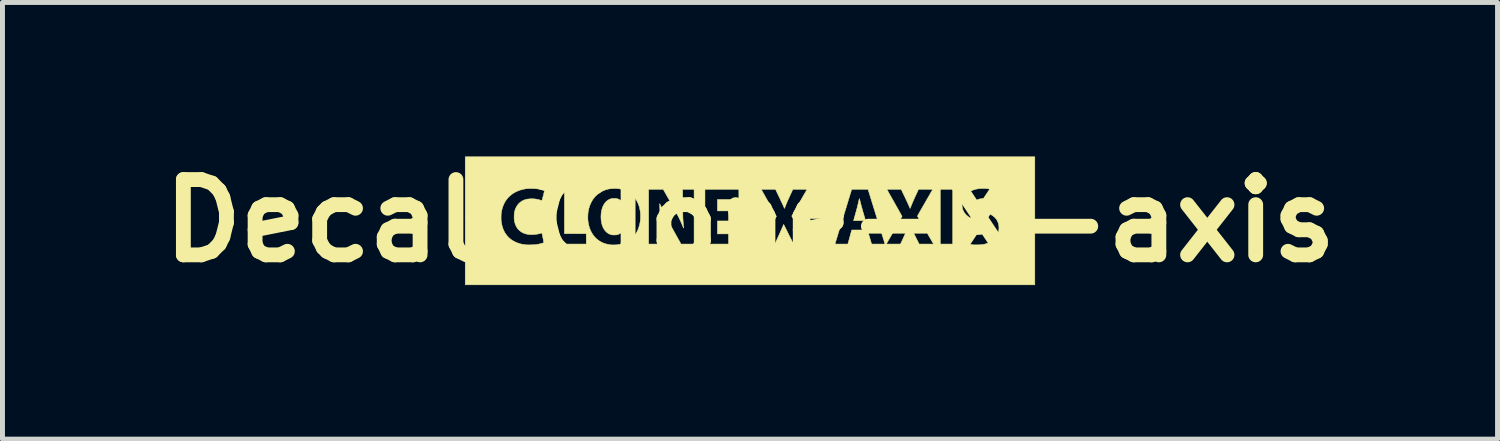
<source format=kicad_pcb>
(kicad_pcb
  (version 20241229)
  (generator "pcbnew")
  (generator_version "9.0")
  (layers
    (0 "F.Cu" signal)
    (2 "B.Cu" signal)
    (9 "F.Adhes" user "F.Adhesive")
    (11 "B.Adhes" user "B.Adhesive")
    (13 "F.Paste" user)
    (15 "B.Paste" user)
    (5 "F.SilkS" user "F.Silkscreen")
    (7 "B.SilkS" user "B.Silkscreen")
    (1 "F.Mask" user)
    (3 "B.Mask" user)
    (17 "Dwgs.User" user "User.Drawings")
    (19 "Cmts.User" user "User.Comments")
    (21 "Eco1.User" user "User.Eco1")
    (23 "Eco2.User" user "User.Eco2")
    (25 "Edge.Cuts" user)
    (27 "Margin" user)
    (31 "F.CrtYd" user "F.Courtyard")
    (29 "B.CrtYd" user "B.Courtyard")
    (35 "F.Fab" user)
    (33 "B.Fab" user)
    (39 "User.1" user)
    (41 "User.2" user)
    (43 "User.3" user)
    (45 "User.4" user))
  (footprint "Decal_Clone-X-axis"
    (layer "F.Cu")
    (at 12.127 1.418)
    (property "Reference" "Decal_Clone-X-axis" (at 0 0 0) (layer "F.SilkS") (effects (font (size 1.524 1.524) (thickness 0.3))))
    (attr through_hole)
    (fp_poly (pts (xy 2.213 -0.446) (xy 2.216 -0.439) (xy 2.219 -0.427) (xy 2.223 -0.412) (xy 2.228 -0.395) (xy 2.233 -0.375) (xy 2.233 -0.372) (xy 2.238 -0.353) (xy 2.244 -0.33) (xy 2.252 -0.304) (xy 2.26 -0.274) (xy 2.268 -0.244) (xy 2.277 -0.212) (xy 2.286 -0.18) (xy 2.295 -0.151) (xy 2.303 -0.124) (xy 2.31 -0.098) (xy 2.317 -0.075) (xy 2.323 -0.054) (xy 2.328 -0.036) (xy 2.332 -0.022) (xy 2.335 -0.012) (xy 2.337 -0.006) (xy 2.337 -0.005) (xy 2.334 -0.005) (xy 2.326 -0.004) (xy 2.313 -0.004) (xy 2.296 -0.003) (xy 2.275 -0.003) (xy 2.25 -0.003) (xy 2.222 -0.003) (xy 2.216 -0.003) (xy 2.095 -0.003) (xy 2.128 -0.122) (xy 2.138 -0.158) (xy 2.147 -0.188) (xy 2.154 -0.216) (xy 2.161 -0.24) (xy 2.167 -0.262) (xy 2.172 -0.283) (xy 2.177 -0.303) (xy 2.182 -0.324) (xy 2.187 -0.345) (xy 2.193 -0.369) (xy 2.196 -0.383) (xy 2.2 -0.401) (xy 2.204 -0.418) (xy 2.207 -0.431) (xy 2.21 -0.442) (xy 2.212 -0.448) (xy 2.212 -0.449) (xy 2.213 -0.446)) (stroke (width 0.01) (type solid)) (fill yes) (layer "F.SilkS"))
    (fp_poly (pts (xy -2.73 -0.454) (xy -2.708 -0.451) (xy -2.688 -0.448) (xy -2.683 -0.446) (xy -2.649 -0.432) (xy -2.617 -0.414) (xy -2.589 -0.391) (xy -2.564 -0.363) (xy -2.542 -0.332) (xy -2.523 -0.296) (xy -2.508 -0.256) (xy -2.495 -0.212) (xy -2.487 -0.164) (xy -2.483 -0.134) (xy -2.481 -0.091) (xy -2.483 -0.046) (xy -2.487 -0.000036) (xy -2.495 0.044) (xy -2.499 0.062) (xy -2.512 0.103) (xy -2.528 0.141) (xy -2.547 0.175) (xy -2.57 0.205) (xy -2.595 0.231) (xy -2.623 0.253) (xy -2.653 0.269) (xy -2.685 0.281) (xy -2.685 0.281) (xy -2.698 0.284) (xy -2.715 0.285) (xy -2.734 0.286) (xy -2.754 0.287) (xy -2.773 0.286) (xy -2.789 0.285) (xy -2.797 0.284) (xy -2.831 0.274) (xy -2.864 0.259) (xy -2.893 0.239) (xy -2.92 0.214) (xy -2.944 0.185) (xy -2.965 0.152) (xy -2.983 0.114) (xy -2.991 0.091) (xy -3.002 0.051) (xy -3.01 0.008) (xy -3.015 -0.038) (xy -3.016 -0.085) (xy -3.014 -0.133) (xy -3.01 -0.172) (xy -3.001 -0.218) (xy -2.989 -0.261) (xy -2.973 -0.3) (xy -2.954 -0.335) (xy -2.932 -0.366) (xy -2.908 -0.393) (xy -2.88 -0.415) (xy -2.85 -0.432) (xy -2.817 -0.445) (xy -2.797 -0.45) (xy -2.777 -0.453) (xy -2.754 -0.454) (xy -2.73 -0.454)) (stroke (width 0.01) (type solid)) (fill yes) (layer "F.SilkS"))
    (fp_poly (pts (xy 5.763 1.295) (xy -5.763 1.295) (xy -5.763 -0.078) (xy -5.038 -0.078) (xy -5.037 -0.052) (xy -5.037 -0.026) (xy -5.036 -0.003) (xy -5.034 0.017) (xy -5.033 0.022) (xy -5.023 0.079) (xy -5.009 0.133) (xy -4.99 0.183) (xy -4.967 0.23) (xy -4.939 0.273) (xy -4.907 0.313) (xy -4.871 0.35) (xy -4.83 0.382) (xy -4.815 0.393) (xy -4.775 0.416) (xy -4.732 0.437) (xy -4.685 0.455) (xy -4.636 0.469) (xy -4.586 0.479) (xy -4.56 0.482) (xy -4.548 0.484) (xy -4.536 0.485) (xy -4.528 0.486) (xy -4.525 0.487) (xy -4.517 0.487) (xy -4.505 0.487) (xy -4.488 0.488) (xy -4.469 0.487) (xy -4.448 0.487) (xy -4.426 0.486) (xy -4.404 0.486) (xy -4.383 0.485) (xy -4.364 0.484) (xy -4.348 0.483) (xy -4.335 0.482) (xy -4.331 0.481) (xy -4.307 0.478) (xy -4.283 0.473) (xy -4.26 0.468) (xy -4.238 0.463) (xy -4.218 0.458) (xy -4.201 0.453) (xy -4.187 0.448) (xy -4.178 0.444) (xy -4.177 0.442) (xy -4.175 0.441) (xy -4.175 0.439) (xy -4.175 0.434) (xy -4.175 0.428) (xy -4.177 0.419) (xy -4.179 0.407) (xy -4.182 0.39) (xy -4.186 0.37) (xy -4.191 0.344) (xy -4.191 0.344) (xy -4.195 0.321) (xy -4.199 0.301) (xy -4.203 0.283) (xy -4.206 0.268) (xy -4.209 0.256) (xy -4.21 0.249) (xy -4.211 0.247) (xy -4.214 0.247) (xy -4.221 0.249) (xy -4.231 0.252) (xy -4.235 0.253) (xy -4.273 0.263) (xy -4.315 0.271) (xy -4.357 0.276) (xy -4.4 0.279) (xy -4.44 0.279) (xy -4.478 0.276) (xy -4.489 0.275) (xy -4.534 0.266) (xy -4.575 0.252) (xy -4.613 0.235) (xy -4.647 0.212) (xy -4.677 0.186) (xy -4.704 0.156) (xy -4.726 0.122) (xy -4.745 0.083) (xy -4.759 0.041) (xy -4.769 -0.003) (xy -4.771 -0.02) (xy -4.773 -0.042) (xy -4.773 -0.066) (xy -4.773 -0.092) (xy -4.773 -0.116) (xy -4.771 -0.139) (xy -4.769 -0.157) (xy -4.769 -0.161) (xy -4.759 -0.206) (xy -4.744 -0.248) (xy -4.726 -0.286) (xy -4.704 -0.32) (xy -4.677 -0.35) (xy -4.673 -0.355) (xy -4.653 -0.372) (xy -4.635 -0.386) (xy -4.615 -0.399) (xy -4.596 -0.409) (xy -4.569 -0.421) (xy -4.543 -0.43) (xy -4.517 -0.437) (xy -4.488 -0.441) (xy -4.456 -0.444) (xy -4.436 -0.445) (xy -4.388 -0.445) (xy -4.343 -0.441) (xy -4.3 -0.434) (xy -4.258 -0.423) (xy -4.246 -0.419) (xy -4.234 -0.415) (xy -4.224 -0.411) (xy -4.217 -0.409) (xy -4.214 -0.408) (xy -4.212 -0.41) (xy -4.21 -0.415) (xy -4.207 -0.423) (xy -4.203 -0.436) (xy -4.198 -0.453) (xy -4.193 -0.475) (xy -4.185 -0.502) (xy -4.185 -0.504) (xy -4.179 -0.526) (xy -4.174 -0.547) (xy -4.169 -0.566) (xy -4.166 -0.581) (xy -4.163 -0.593) (xy -4.161 -0.601) (xy -4.161 -0.604) (xy -4.164 -0.607) (xy -4.172 -0.612) (xy -4.184 -0.617) (xy -4.2 -0.622) (xy -4.218 -0.628) (xy -4.239 -0.633) (xy -4.26 -0.638) (xy -4.008 -0.638) (xy -4.008 0.471) (xy -3.313 0.471) (xy -3.315 0.261) (xy -3.536 0.26) (xy -3.756 0.26) (xy -3.756 -0.07) (xy -3.282 -0.07) (xy -3.282 -0.038) (xy -3.28 -0.01) (xy -3.28 -0.007) (xy -3.271 0.052) (xy -3.259 0.108) (xy -3.242 0.16) (xy -3.221 0.21) (xy -3.195 0.256) (xy -3.167 0.298) (xy -3.134 0.337) (xy -3.098 0.371) (xy -3.058 0.402) (xy -3.015 0.428) (xy -2.968 0.45) (xy -2.919 0.467) (xy -2.918 0.467) (xy -2.893 0.473) (xy -2.865 0.479) (xy -2.836 0.484) (xy -2.817 0.486) (xy -2.805 0.487) (xy -2.789 0.488) (xy -2.77 0.488) (xy -2.751 0.488) (xy -2.731 0.487) (xy -2.713 0.487) (xy -2.699 0.486) (xy -2.693 0.485) (xy -2.636 0.477) (xy -2.582 0.463) (xy -2.532 0.445) (xy -2.484 0.423) (xy -2.441 0.397) (xy -2.4 0.366) (xy -2.364 0.33) (xy -2.331 0.291) (xy -2.302 0.248) (xy -2.277 0.201) (xy -2.256 0.15) (xy -2.239 0.095) (xy -2.226 0.037) (xy -2.222 0.016) (xy -2.22 -0.005) (xy -2.218 -0.03) (xy -2.217 -0.058) (xy -2.216 -0.087) (xy -2.216 -0.115) (xy -2.217 -0.142) (xy -2.219 -0.165) (xy -2.219 -0.174) (xy -2.228 -0.227) (xy -2.239 -0.278) (xy -2.255 -0.326) (xy -2.275 -0.372) (xy -2.277 -0.377) (xy -2.304 -0.424) (xy -2.333 -0.467) (xy -2.367 -0.506) (xy -2.404 -0.541) (xy -2.444 -0.571) (xy -2.488 -0.597) (xy -2.534 -0.618) (xy -2.584 -0.634) (xy -2.6 -0.638) (xy -2.052 -0.638) (xy -2.052 0.471) (xy -1.82 0.471) (xy -1.82 0.207) (xy -1.82 0.143) (xy -1.821 0.083) (xy -1.821 0.029) (xy -1.821 -0.022) (xy -1.822 -0.069) (xy -1.822 -0.113) (xy -1.823 -0.155) (xy -1.824 -0.195) (xy -1.825 -0.234) (xy -1.827 -0.272) (xy -1.828 -0.301) (xy -1.828 -0.32) (xy -1.828 -0.334) (xy -1.828 -0.342) (xy -1.827 -0.346) (xy -1.827 -0.346) (xy -1.825 -0.342) (xy -1.821 -0.335) (xy -1.816 -0.323) (xy -1.809 -0.309) (xy -1.802 -0.294) (xy -1.8 -0.289) (xy -1.786 -0.258) (xy -1.77 -0.223) (xy -1.752 -0.186) (xy -1.731 -0.145) (xy -1.708 -0.1) (xy -1.683 -0.051) (xy -1.655 0.001) (xy -1.624 0.058) (xy -1.591 0.119) (xy -1.555 0.185) (xy -1.533 0.225) (xy -1.396 0.471) (xy -1.132 0.471) (xy -1.132 -0.638) (xy -0.912 -0.638) (xy -0.912 0.471) (xy -0.203 0.471) (xy -0.203 0.469) (xy 0.215 0.469) (xy 0.218 0.47) (xy 0.225 0.47) (xy 0.238 0.47) (xy 0.254 0.471) (xy 0.274 0.471) (xy 0.297 0.471) (xy 0.322 0.471) (xy 0.349 0.471) (xy 0.358 0.471) (xy 0.501 0.471) (xy 0.506 0.461) (xy 0.514 0.444) (xy 0.524 0.424) (xy 0.534 0.401) (xy 0.546 0.376) (xy 0.558 0.349) (xy 0.571 0.321) (xy 0.584 0.292) (xy 0.597 0.263) (xy 0.61 0.234) (xy 0.622 0.207) (xy 0.634 0.181) (xy 0.644 0.156) (xy 0.654 0.135) (xy 0.662 0.117) (xy 0.668 0.102) (xy 0.672 0.092) (xy 0.673 0.088) (xy 0.676 0.08) (xy 0.679 0.075) (xy 0.681 0.074) (xy 0.683 0.077) (xy 0.686 0.084) (xy 0.692 0.095) (xy 0.699 0.109) (xy 0.708 0.126) (xy 0.717 0.144) (xy 0.722 0.154) (xy 0.732 0.174) (xy 0.744 0.198) (xy 0.757 0.225) (xy 0.771 0.254) (xy 0.786 0.284) (xy 0.801 0.314) (xy 0.815 0.342) (xy 0.821 0.352) (xy 0.881 0.471) (xy 1.172 0.471) (xy 1.17 0.468) (xy 1.72 0.468) (xy 1.721 0.469) (xy 1.723 0.469) (xy 1.727 0.47) (xy 1.733 0.47) (xy 1.742 0.471) (xy 1.754 0.471) (xy 1.77 0.471) (xy 1.79 0.471) (xy 1.815 0.471) (xy 1.845 0.471) (xy 1.849 0.471) (xy 1.98 0.47) (xy 2.019 0.328) (xy 2.058 0.186) (xy 2.375 0.186) (xy 2.418 0.328) (xy 2.46 0.47) (xy 2.596 0.471) (xy 2.628 0.471) (xy 2.655 0.471) (xy 2.677 0.471) (xy 2.695 0.471) (xy 2.709 0.47) (xy 2.719 0.47) (xy 2.725 0.47) (xy 2.727 0.469) (xy 2.758 0.469) (xy 2.761 0.47) (xy 2.768 0.47) (xy 2.781 0.47) (xy 2.797 0.471) (xy 2.817 0.471) (xy 2.839 0.471) (xy 2.865 0.471) (xy 2.892 0.471) (xy 2.901 0.471) (xy 3.044 0.471) (xy 3.049 0.461) (xy 3.057 0.444) (xy 3.066 0.424) (xy 3.077 0.401) (xy 3.089 0.376) (xy 3.101 0.349) (xy 3.114 0.321) (xy 3.127 0.292) (xy 3.14 0.263) (xy 3.153 0.234) (xy 3.165 0.207) (xy 3.176 0.181) (xy 3.187 0.156) (xy 3.196 0.135) (xy 3.204 0.117) (xy 3.21 0.102) (xy 3.215 0.092) (xy 3.216 0.088) (xy 3.219 0.08) (xy 3.222 0.075) (xy 3.224 0.074) (xy 3.225 0.077) (xy 3.229 0.084) (xy 3.235 0.095) (xy 3.242 0.109) (xy 3.251 0.126) (xy 3.26 0.144) (xy 3.265 0.154) (xy 3.275 0.174) (xy 3.286 0.198) (xy 3.3 0.225) (xy 3.314 0.254) (xy 3.329 0.284) (xy 3.344 0.314) (xy 3.358 0.342) (xy 3.363 0.352) (xy 3.423 0.471) (xy 3.715 0.471) (xy 3.708 0.459) (xy 3.685 0.421) (xy 3.663 0.382) (xy 3.64 0.343) (xy 3.617 0.304) (xy 3.595 0.264) (xy 3.572 0.226) (xy 3.55 0.188) (xy 3.529 0.151) (xy 3.508 0.116) (xy 3.489 0.082) (xy 3.471 0.051) (xy 3.454 0.021) (xy 3.439 -0.005) (xy 3.425 -0.029) (xy 3.413 -0.049) (xy 3.404 -0.066) (xy 3.396 -0.078) (xy 3.392 -0.087) (xy 3.389 -0.091) (xy 3.389 -0.091) (xy 3.389 -0.093) (xy 3.389 -0.095) (xy 3.39 -0.098) (xy 3.392 -0.103) (xy 3.395 -0.109) (xy 3.399 -0.117) (xy 3.404 -0.127) (xy 3.411 -0.139) (xy 3.42 -0.154) (xy 3.43 -0.173) (xy 3.442 -0.194) (xy 3.456 -0.219) (xy 3.473 -0.247) (xy 3.491 -0.28) (xy 3.513 -0.317) (xy 3.537 -0.358) (xy 3.542 -0.367) (xy 3.562 -0.403) (xy 3.582 -0.437) (xy 3.601 -0.47) (xy 3.619 -0.501) (xy 3.635 -0.529) (xy 3.65 -0.555) (xy 3.663 -0.578) (xy 3.675 -0.597) (xy 3.684 -0.613) (xy 3.691 -0.625) (xy 3.695 -0.633) (xy 3.697 -0.637) (xy 3.697 -0.637) (xy 3.694 -0.637) (xy 3.687 -0.637) (xy 3.674 -0.637) (xy 3.658 -0.638) (xy 3.638 -0.638) (xy 3.615 -0.638) (xy 3.589 -0.638) (xy 3.562 -0.638) (xy 3.554 -0.638) (xy 3.85 -0.638) (xy 3.85 0.471) (xy 4.101 0.471) (xy 4.101 0.422) (xy 4.276 0.422) (xy 4.279 0.424) (xy 4.286 0.427) (xy 4.294 0.431) (xy 4.328 0.444) (xy 4.365 0.456) (xy 4.405 0.467) (xy 4.448 0.475) (xy 4.497 0.483) (xy 4.524 0.487) (xy 4.534 0.487) (xy 4.548 0.487) (xy 4.565 0.487) (xy 4.585 0.487) (xy 4.607 0.487) (xy 4.628 0.486) (xy 4.649 0.485) (xy 4.668 0.484) (xy 4.685 0.483) (xy 4.697 0.482) (xy 4.7 0.481) (xy 4.753 0.471) (xy 4.801 0.457) (xy 4.845 0.439) (xy 4.885 0.417) (xy 4.92 0.392) (xy 4.952 0.364) (xy 4.976 0.336) (xy 4.988 0.318) (xy 5 0.296) (xy 5.011 0.273) (xy 5.021 0.249) (xy 5.028 0.227) (xy 5.034 0.194) (xy 5.037 0.159) (xy 5.037 0.123) (xy 5.033 0.088) (xy 5.026 0.055) (xy 5.024 0.049) (xy 5.012 0.018) (xy 4.997 -0.012) (xy 4.978 -0.04) (xy 4.955 -0.066) (xy 4.928 -0.09) (xy 4.896 -0.113) (xy 4.86 -0.135) (xy 4.819 -0.157) (xy 4.773 -0.177) (xy 4.736 -0.192) (xy 4.699 -0.206) (xy 4.667 -0.22) (xy 4.64 -0.232) (xy 4.617 -0.244) (xy 4.598 -0.256) (xy 4.582 -0.267) (xy 4.57 -0.279) (xy 4.56 -0.291) (xy 4.553 -0.302) (xy 4.549 -0.311) (xy 4.547 -0.32) (xy 4.546 -0.33) (xy 4.545 -0.34) (xy 4.546 -0.353) (xy 4.547 -0.363) (xy 4.55 -0.372) (xy 4.553 -0.379) (xy 4.565 -0.398) (xy 4.581 -0.414) (xy 4.602 -0.427) (xy 4.628 -0.437) (xy 4.657 -0.444) (xy 4.689 -0.448) (xy 4.725 -0.448) (xy 4.753 -0.446) (xy 4.79 -0.441) (xy 4.824 -0.435) (xy 4.857 -0.426) (xy 4.891 -0.415) (xy 4.907 -0.409) (xy 4.919 -0.404) (xy 4.929 -0.401) (xy 4.935 -0.399) (xy 4.937 -0.398) (xy 4.939 -0.401) (xy 4.941 -0.409) (xy 4.944 -0.421) (xy 4.949 -0.436) (xy 4.953 -0.453) (xy 4.959 -0.472) (xy 4.964 -0.492) (xy 4.97 -0.512) (xy 4.975 -0.532) (xy 4.98 -0.551) (xy 4.984 -0.567) (xy 4.988 -0.581) (xy 4.99 -0.592) (xy 4.992 -0.598) (xy 4.992 -0.6) (xy 4.988 -0.602) (xy 4.979 -0.606) (xy 4.968 -0.61) (xy 4.953 -0.615) (xy 4.938 -0.62) (xy 4.922 -0.625) (xy 4.907 -0.63) (xy 4.894 -0.633) (xy 4.892 -0.634) (xy 4.861 -0.641) (xy 4.831 -0.646) (xy 4.801 -0.65) (xy 4.769 -0.653) (xy 4.734 -0.654) (xy 4.692 -0.654) (xy 4.655 -0.653) (xy 4.62 -0.649) (xy 4.587 -0.643) (xy 4.554 -0.635) (xy 4.532 -0.629) (xy 4.49 -0.613) (xy 4.451 -0.593) (xy 4.416 -0.569) (xy 4.384 -0.543) (xy 4.357 -0.513) (xy 4.334 -0.48) (xy 4.316 -0.445) (xy 4.308 -0.425) (xy 4.297 -0.386) (xy 4.291 -0.346) (xy 4.291 -0.306) (xy 4.295 -0.268) (xy 4.303 -0.236) (xy 4.316 -0.202) (xy 4.334 -0.169) (xy 4.357 -0.139) (xy 4.384 -0.111) (xy 4.416 -0.084) (xy 4.453 -0.059) (xy 4.495 -0.036) (xy 4.542 -0.014) (xy 4.586 0.004) (xy 4.619 0.016) (xy 4.646 0.027) (xy 4.669 0.037) (xy 4.689 0.047) (xy 4.706 0.056) (xy 4.721 0.065) (xy 4.733 0.074) (xy 4.744 0.084) (xy 4.761 0.103) (xy 4.773 0.124) (xy 4.779 0.146) (xy 4.78 0.17) (xy 4.777 0.189) (xy 4.769 0.211) (xy 4.756 0.23) (xy 4.738 0.247) (xy 4.716 0.26) (xy 4.69 0.27) (xy 4.66 0.277) (xy 4.627 0.281) (xy 4.59 0.281) (xy 4.564 0.28) (xy 4.51 0.273) (xy 4.455 0.261) (xy 4.401 0.245) (xy 4.356 0.227) (xy 4.345 0.222) (xy 4.335 0.218) (xy 4.329 0.217) (xy 4.326 0.217) (xy 4.325 0.22) (xy 4.323 0.228) (xy 4.32 0.239) (xy 4.316 0.254) (xy 4.312 0.272) (xy 4.307 0.291) (xy 4.302 0.312) (xy 4.297 0.332) (xy 4.292 0.352) (xy 4.287 0.371) (xy 4.283 0.388) (xy 4.28 0.402) (xy 4.278 0.413) (xy 4.276 0.42) (xy 4.276 0.422) (xy 4.101 0.422) (xy 4.101 -0.638) (xy 3.85 -0.638) (xy 3.554 -0.638) (xy 3.41 -0.638) (xy 3.364 -0.538) (xy 3.343 -0.493) (xy 3.324 -0.451) (xy 3.306 -0.41) (xy 3.29 -0.374) (xy 3.276 -0.34) (xy 3.264 -0.311) (xy 3.255 -0.287) (xy 3.254 -0.284) (xy 3.247 -0.268) (xy 3.243 -0.257) (xy 3.239 -0.252) (xy 3.237 -0.251) (xy 3.237 -0.254) (xy 3.236 -0.258) (xy 3.232 -0.266) (xy 3.227 -0.279) (xy 3.22 -0.296) (xy 3.21 -0.316) (xy 3.2 -0.339) (xy 3.188 -0.364) (xy 3.175 -0.392) (xy 3.161 -0.422) (xy 3.147 -0.453) (xy 3.132 -0.484) (xy 3.121 -0.506) (xy 3.058 -0.638) (xy 2.768 -0.638) (xy 2.777 -0.623) (xy 2.791 -0.598) (xy 2.807 -0.57) (xy 2.823 -0.54) (xy 2.841 -0.509) (xy 2.859 -0.477) (xy 2.878 -0.444) (xy 2.897 -0.41) (xy 2.916 -0.376) (xy 2.935 -0.343) (xy 2.953 -0.31) (xy 2.971 -0.278) (xy 2.989 -0.247) (xy 3.005 -0.218) (xy 3.02 -0.191) (xy 3.034 -0.167) (xy 3.046 -0.145) (xy 3.056 -0.126) (xy 3.065 -0.111) (xy 3.071 -0.1) (xy 3.075 -0.093) (xy 3.076 -0.09) (xy 3.075 -0.087) (xy 3.071 -0.08) (xy 3.065 -0.069) (xy 3.056 -0.054) (xy 3.046 -0.035) (xy 3.033 -0.013) (xy 3.02 0.011) (xy 3.004 0.038) (xy 2.988 0.066) (xy 2.971 0.097) (xy 2.953 0.128) (xy 2.934 0.161) (xy 2.916 0.194) (xy 2.897 0.227) (xy 2.878 0.26) (xy 2.86 0.292) (xy 2.842 0.323) (xy 2.825 0.353) (xy 2.808 0.382) (xy 2.793 0.408) (xy 2.78 0.432) (xy 2.767 0.453) (xy 2.758 0.469) (xy 2.727 0.469) (xy 2.729 0.469) (xy 2.731 0.468) (xy 2.731 0.468) (xy 2.73 0.465) (xy 2.727 0.457) (xy 2.723 0.444) (xy 2.717 0.426) (xy 2.711 0.404) (xy 2.703 0.378) (xy 2.693 0.348) (xy 2.683 0.314) (xy 2.671 0.278) (xy 2.659 0.238) (xy 2.646 0.195) (xy 2.632 0.15) (xy 2.617 0.102) (xy 2.602 0.053) (xy 2.586 0.001) (xy 2.569 -0.051) (xy 2.564 -0.069) (xy 2.547 -0.123) (xy 2.531 -0.175) (xy 2.516 -0.225) (xy 2.5 -0.274) (xy 2.486 -0.321) (xy 2.472 -0.365) (xy 2.459 -0.407) (xy 2.447 -0.446) (xy 2.436 -0.481) (xy 2.426 -0.514) (xy 2.417 -0.542) (xy 2.41 -0.567) (xy 2.403 -0.587) (xy 2.398 -0.603) (xy 2.395 -0.614) (xy 2.393 -0.619) (xy 2.393 -0.62) (xy 2.387 -0.638) (xy 2.058 -0.638) (xy 2.048 -0.606) (xy 2.046 -0.6) (xy 2.043 -0.589) (xy 2.038 -0.573) (xy 2.031 -0.553) (xy 2.024 -0.528) (xy 2.015 -0.499) (xy 2.005 -0.467) (xy 1.994 -0.431) (xy 1.982 -0.392) (xy 1.97 -0.35) (xy 1.956 -0.306) (xy 1.942 -0.259) (xy 1.927 -0.211) (xy 1.911 -0.16) (xy 1.896 -0.109) (xy 1.88 -0.056) (xy 1.864 -0.004) (xy 1.848 0.047) (xy 1.833 0.097) (xy 1.818 0.144) (xy 1.805 0.189) (xy 1.791 0.232) (xy 1.779 0.272) (xy 1.768 0.309) (xy 1.758 0.343) (xy 1.748 0.374) (xy 1.74 0.4) (xy 1.733 0.422) (xy 1.728 0.441) (xy 1.724 0.454) (xy 1.721 0.463) (xy 1.72 0.466) (xy 1.72 0.466) (xy 1.72 0.468) (xy 1.17 0.468) (xy 1.165 0.459) (xy 1.143 0.421) (xy 1.12 0.382) (xy 1.097 0.343) (xy 1.074 0.304) (xy 1.052 0.264) (xy 1.029 0.226) (xy 1.007 0.188) (xy 0.986 0.151) (xy 0.966 0.116) (xy 0.946 0.082) (xy 0.928 0.051) (xy 0.911 0.021) (xy 0.896 -0.005) (xy 0.882 -0.029) (xy 0.873 -0.045) (xy 1.216 -0.045) (xy 1.216 0.121) (xy 1.648 0.121) (xy 1.648 -0.045) (xy 1.216 -0.045) (xy 0.873 -0.045) (xy 0.871 -0.049) (xy 0.861 -0.066) (xy 0.854 -0.078) (xy 0.849 -0.087) (xy 0.847 -0.091) (xy 0.846 -0.091) (xy 0.846 -0.093) (xy 0.846 -0.095) (xy 0.847 -0.098) (xy 0.849 -0.103) (xy 0.852 -0.109) (xy 0.856 -0.117) (xy 0.862 -0.127) (xy 0.868 -0.139) (xy 0.877 -0.154) (xy 0.887 -0.173) (xy 0.899 -0.194) (xy 0.913 -0.219) (xy 0.93 -0.247) (xy 0.949 -0.28) (xy 0.97 -0.317) (xy 0.994 -0.358) (xy 0.999 -0.367) (xy 1.02 -0.403) (xy 1.039 -0.437) (xy 1.058 -0.47) (xy 1.076 -0.501) (xy 1.092 -0.529) (xy 1.107 -0.555) (xy 1.12 -0.578) (xy 1.132 -0.597) (xy 1.141 -0.613) (xy 1.148 -0.625) (xy 1.152 -0.633) (xy 1.154 -0.637) (xy 1.154 -0.637) (xy 1.152 -0.637) (xy 1.144 -0.637) (xy 1.131 -0.637) (xy 1.115 -0.638) (xy 1.095 -0.638) (xy 1.072 -0.638) (xy 1.046 -0.638) (xy 1.019 -0.638) (xy 1.011 -0.638) (xy 0.868 -0.638) (xy 0.821 -0.538) (xy 0.801 -0.493) (xy 0.781 -0.451) (xy 0.763 -0.41) (xy 0.747 -0.374) (xy 0.733 -0.34) (xy 0.721 -0.311) (xy 0.712 -0.287) (xy 0.711 -0.284) (xy 0.705 -0.268) (xy 0.7 -0.257) (xy 0.696 -0.252) (xy 0.695 -0.251) (xy 0.694 -0.254) (xy 0.693 -0.258) (xy 0.69 -0.266) (xy 0.684 -0.279) (xy 0.677 -0.296) (xy 0.668 -0.316) (xy 0.657 -0.339) (xy 0.645 -0.364) (xy 0.632 -0.392) (xy 0.618 -0.422) (xy 0.604 -0.453) (xy 0.589 -0.484) (xy 0.578 -0.506) (xy 0.515 -0.638) (xy 0.225 -0.638) (xy 0.234 -0.623) (xy 0.248 -0.598) (xy 0.264 -0.57) (xy 0.281 -0.54) (xy 0.298 -0.509) (xy 0.316 -0.477) (xy 0.335 -0.444) (xy 0.354 -0.41) (xy 0.373 -0.376) (xy 0.392 -0.343) (xy 0.411 -0.31) (xy 0.429 -0.278) (xy 0.446 -0.247) (xy 0.462 -0.218) (xy 0.477 -0.191) (xy 0.491 -0.167) (xy 0.503 -0.145) (xy 0.513 -0.126) (xy 0.522 -0.111) (xy 0.528 -0.1) (xy 0.532 -0.093) (xy 0.533 -0.09) (xy 0.532 -0.087) (xy 0.528 -0.08) (xy 0.522 -0.069) (xy 0.513 -0.054) (xy 0.503 -0.035) (xy 0.49 -0.013) (xy 0.477 0.011) (xy 0.462 0.038) (xy 0.445 0.066) (xy 0.428 0.097) (xy 0.41 0.128) (xy 0.392 0.161) (xy 0.373 0.194) (xy 0.354 0.227) (xy 0.335 0.26) (xy 0.317 0.292) (xy 0.299 0.323) (xy 0.282 0.353) (xy 0.266 0.382) (xy 0.25 0.408) (xy 0.237 0.432) (xy 0.225 0.453) (xy 0.215 0.469) (xy -0.203 0.469) (xy -0.203 0.265) (xy -0.66 0.265) (xy -0.66 0.003) (xy -0.251 0.003) (xy -0.251 -0.2) (xy -0.66 -0.2) (xy -0.66 -0.432) (xy -0.226 -0.432) (xy -0.226 -0.638) (xy -0.912 -0.638) (xy -1.132 -0.638) (xy -1.364 -0.638) (xy -1.362 -0.369) (xy -1.362 -0.329) (xy -1.362 -0.29) (xy -1.361 -0.252) (xy -1.361 -0.216) (xy -1.361 -0.182) (xy -1.36 -0.15) (xy -1.36 -0.122) (xy -1.359 -0.097) (xy -1.359 -0.077) (xy -1.358 -0.061) (xy -1.358 -0.05) (xy -1.358 -0.049) (xy -1.356 -0.028) (xy -1.355 -0.004) (xy -1.353 0.021) (xy -1.351 0.045) (xy -1.349 0.069) (xy -1.347 0.091) (xy -1.346 0.109) (xy -1.344 0.124) (xy -1.344 0.129) (xy -1.343 0.139) (xy -1.343 0.145) (xy -1.344 0.146) (xy -1.346 0.143) (xy -1.35 0.136) (xy -1.354 0.126) (xy -1.36 0.113) (xy -1.363 0.106) (xy -1.375 0.077) (xy -1.387 0.048) (xy -1.4 0.02) (xy -1.413 -0.009) (xy -1.427 -0.039) (xy -1.442 -0.07) (xy -1.459 -0.102) (xy -1.477 -0.136) (xy -1.496 -0.173) (xy -1.518 -0.213) (xy -1.541 -0.255) (xy -1.567 -0.302) (xy -1.595 -0.352) (xy -1.626 -0.407) (xy -1.628 -0.411) (xy -1.757 -0.638) (xy -1.904 -0.638) (xy -2.052 -0.638) (xy -2.6 -0.638) (xy -2.636 -0.646) (xy -2.691 -0.653) (xy -2.742 -0.655) (xy -2.799 -0.652) (xy -2.854 -0.645) (xy -2.907 -0.632) (xy -2.957 -0.614) (xy -3.004 -0.592) (xy -3.049 -0.564) (xy -3.091 -0.532) (xy -3.128 -0.497) (xy -3.163 -0.456) (xy -3.193 -0.412) (xy -3.219 -0.364) (xy -3.241 -0.313) (xy -3.259 -0.258) (xy -3.272 -0.2) (xy -3.273 -0.195) (xy -3.277 -0.167) (xy -3.28 -0.136) (xy -3.281 -0.103) (xy -3.282 -0.07) (xy -3.756 -0.07) (xy -3.756 -0.638) (xy -4.008 -0.638) (xy -4.26 -0.638) (xy -4.261 -0.638) (xy -4.284 -0.643) (xy -4.306 -0.647) (xy -4.307 -0.647) (xy -4.328 -0.649) (xy -4.353 -0.651) (xy -4.38 -0.653) (xy -4.41 -0.653) (xy -4.439 -0.654) (xy -4.468 -0.653) (xy -4.495 -0.652) (xy -4.519 -0.651) (xy -4.538 -0.648) (xy -4.538 -0.648) (xy -4.599 -0.636) (xy -4.656 -0.62) (xy -4.71 -0.599) (xy -4.761 -0.575) (xy -4.807 -0.546) (xy -4.85 -0.512) (xy -4.89 -0.475) (xy -4.925 -0.433) (xy -4.93 -0.426) (xy -4.957 -0.386) (xy -4.98 -0.342) (xy -5 -0.294) (xy -5.016 -0.244) (xy -5.028 -0.192) (xy -5.035 -0.146) (xy -5.036 -0.127) (xy -5.037 -0.104) (xy -5.038 -0.078) (xy -5.763 -0.078) (xy -5.763 -1.295) (xy 5.763 -1.295) (xy 5.763 1.295)) (stroke (width 0.01) (type solid)) (fill yes) (layer "F.SilkS")))
  (gr_rect
    (start -3 -3)
    (end 27.253 5.836)
    (stroke (width 0.1) (type default))
    (fill no)
    (layer "Edge.Cuts")))
</source>
